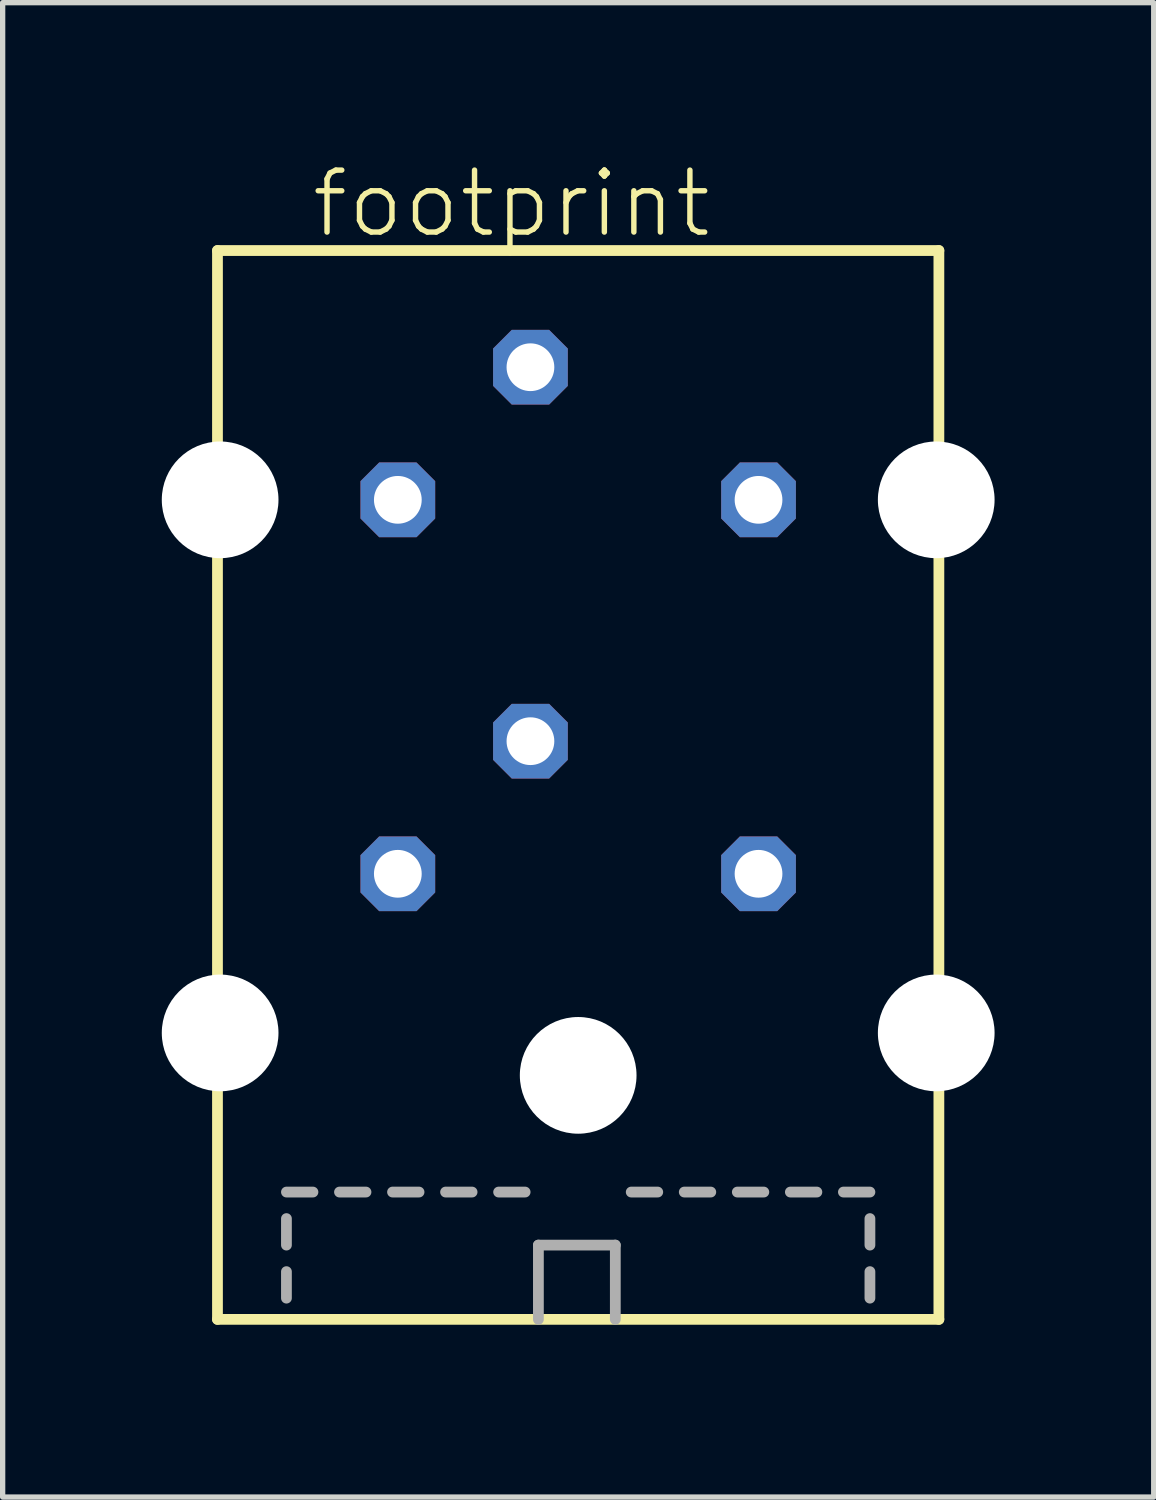
<source format=kicad_pcb>
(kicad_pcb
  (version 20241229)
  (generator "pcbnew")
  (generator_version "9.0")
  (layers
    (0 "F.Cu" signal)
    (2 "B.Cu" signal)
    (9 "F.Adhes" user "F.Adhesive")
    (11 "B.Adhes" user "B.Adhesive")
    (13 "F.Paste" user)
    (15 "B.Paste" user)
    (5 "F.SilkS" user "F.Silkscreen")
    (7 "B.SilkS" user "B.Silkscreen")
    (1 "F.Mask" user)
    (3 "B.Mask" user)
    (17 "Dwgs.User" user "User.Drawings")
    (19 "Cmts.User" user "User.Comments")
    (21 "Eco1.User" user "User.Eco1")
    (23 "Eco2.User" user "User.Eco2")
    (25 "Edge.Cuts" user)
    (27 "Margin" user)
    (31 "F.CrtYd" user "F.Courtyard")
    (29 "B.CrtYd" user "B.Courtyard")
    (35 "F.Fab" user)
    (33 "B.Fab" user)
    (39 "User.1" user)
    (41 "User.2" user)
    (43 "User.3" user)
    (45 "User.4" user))
  (footprint "footprint"
    (layer "F.Cu")
    (at 7.85 21.923)
    (property "Reference" "footprint" (at -5.08 -20.45 0) (layer "F.SilkS") (effects (font (size 1.168 1.168) (thickness 0.102)) (justify left bottom)))
    (fp_line (start -6.8 -20.25) (end -6.8 -0.1) (stroke (width 0.203) (type solid)) (layer "F.SilkS"))
    (fp_line (start -6.8 -0.1) (end 6.8 -0.1) (stroke (width 0.203) (type solid)) (layer "F.SilkS"))
    (fp_line (start 6.8 -20.25) (end -6.8 -20.25) (stroke (width 0.203) (type solid)) (layer "F.SilkS"))
    (fp_line (start 6.8 -0.1) (end 6.8 -20.25) (stroke (width 0.203) (type solid)) (layer "F.SilkS"))
    (fp_line (start -5.5 -2.5) (end -5 -2.5) (stroke (width 0.203) (type solid)) (layer "F.Fab"))
    (fp_line (start -5.5 -1.5) (end -5.5 -2) (stroke (width 0.203) (type solid)) (layer "F.Fab"))
    (fp_line (start -5.5 -0.5) (end -5.5 -1) (stroke (width 0.203) (type solid)) (layer "F.Fab"))
    (fp_line (start -4.5 -2.5) (end -4 -2.5) (stroke (width 0.203) (type solid)) (layer "F.Fab"))
    (fp_line (start -3.5 -2.5) (end -3 -2.5) (stroke (width 0.203) (type solid)) (layer "F.Fab"))
    (fp_line (start -2.5 -2.5) (end -2 -2.5) (stroke (width 0.203) (type solid)) (layer "F.Fab"))
    (fp_line (start -1.5 -2.5) (end -1 -2.5) (stroke (width 0.203) (type solid)) (layer "F.Fab"))
    (fp_line (start -0.75 -1.5) (end 0.7 -1.5) (stroke (width 0.203) (type solid)) (layer "F.Fab"))
    (fp_line (start -0.75 -0.1) (end -0.75 -1.5) (stroke (width 0.203) (type solid)) (layer "F.Fab"))
    (fp_line (start 0.7 -1.5) (end 0.7 -0.1) (stroke (width 0.203) (type solid)) (layer "F.Fab"))
    (fp_line (start 1 -2.5) (end 1.5 -2.5) (stroke (width 0.203) (type solid)) (layer "F.Fab"))
    (fp_line (start 2 -2.5) (end 2.5 -2.5) (stroke (width 0.203) (type solid)) (layer "F.Fab"))
    (fp_line (start 3 -2.5) (end 3.5 -2.5) (stroke (width 0.203) (type solid)) (layer "F.Fab"))
    (fp_line (start 4 -2.5) (end 4.5 -2.5) (stroke (width 0.203) (type solid)) (layer "F.Fab"))
    (fp_line (start 5 -2.5) (end 5.5 -2.5) (stroke (width 0.203) (type solid)) (layer "F.Fab"))
    (fp_line (start 5.5 -1.5) (end 5.5 -2) (stroke (width 0.203) (type solid)) (layer "F.Fab"))
    (fp_line (start 5.5 -0.5) (end 5.5 -1) (stroke (width 0.203) (type solid)) (layer "F.Fab"))
    (pad "" np_thru_hole circle (at -6.75 -15.55) (size 2.2 2.2) (drill 2.2) (layers "*.Cu" "*.Mask"))
    (pad "" np_thru_hole circle (at -6.75 -5.5) (size 2.2 2.2) (drill 2.2) (layers "*.Cu" "*.Mask"))
    (pad "" np_thru_hole circle (at 0 -4.7) (size 2.2 2.2) (drill 2.2) (layers "*.Cu" "*.Mask"))
    (pad "" np_thru_hole circle (at 6.75 -15.55) (size 2.2 2.2) (drill 2.2) (layers "*.Cu" "*.Mask"))
    (pad "" np_thru_hole circle (at 6.75 -5.5) (size 2.2 2.2) (drill 2.2) (layers "*.Cu" "*.Mask"))
    (pad "1-1" thru_hole roundrect (at 3.4 -8.5) (size 1.408 1.408) (drill 0.9) (layers "*.Cu" "*.Mask") (roundrect_rratio 0.25) (chamfer_ratio 0.25) (chamfer top_left top_right bottom_left bottom_right))
    (pad "1-2" thru_hole roundrect (at -3.4 -8.5) (size 1.408 1.408) (drill 0.9) (layers "*.Cu" "*.Mask") (roundrect_rratio 0.25) (chamfer_ratio 0.25) (chamfer top_left top_right bottom_left bottom_right))
    (pad "1-3" thru_hole roundrect (at -0.9 -11) (size 1.408 1.408) (drill 0.9) (layers "*.Cu" "*.Mask") (roundrect_rratio 0.25) (chamfer_ratio 0.25) (chamfer top_left top_right bottom_left bottom_right))
    (pad "2-1" thru_hole roundrect (at 3.4 -15.55) (size 1.408 1.408) (drill 0.9) (layers "*.Cu" "*.Mask") (roundrect_rratio 0.25) (chamfer_ratio 0.25) (chamfer top_left top_right bottom_left bottom_right))
    (pad "2-2" thru_hole roundrect (at -3.4 -15.55) (size 1.408 1.408) (drill 0.9) (layers "*.Cu" "*.Mask") (roundrect_rratio 0.25) (chamfer_ratio 0.25) (chamfer top_left top_right bottom_left bottom_right))
    (pad "2-3" thru_hole roundrect (at -0.9 -18.05) (size 1.408 1.408) (drill 0.9) (layers "*.Cu" "*.Mask") (roundrect_rratio 0.25) (chamfer_ratio 0.25) (chamfer top_left top_right bottom_left bottom_right)))
  (gr_rect
    (start -3 -3)
    (end 18.7 25.173)
    (stroke (width 0.1) (type default))
    (fill no)
    (layer "Edge.Cuts")))
</source>
